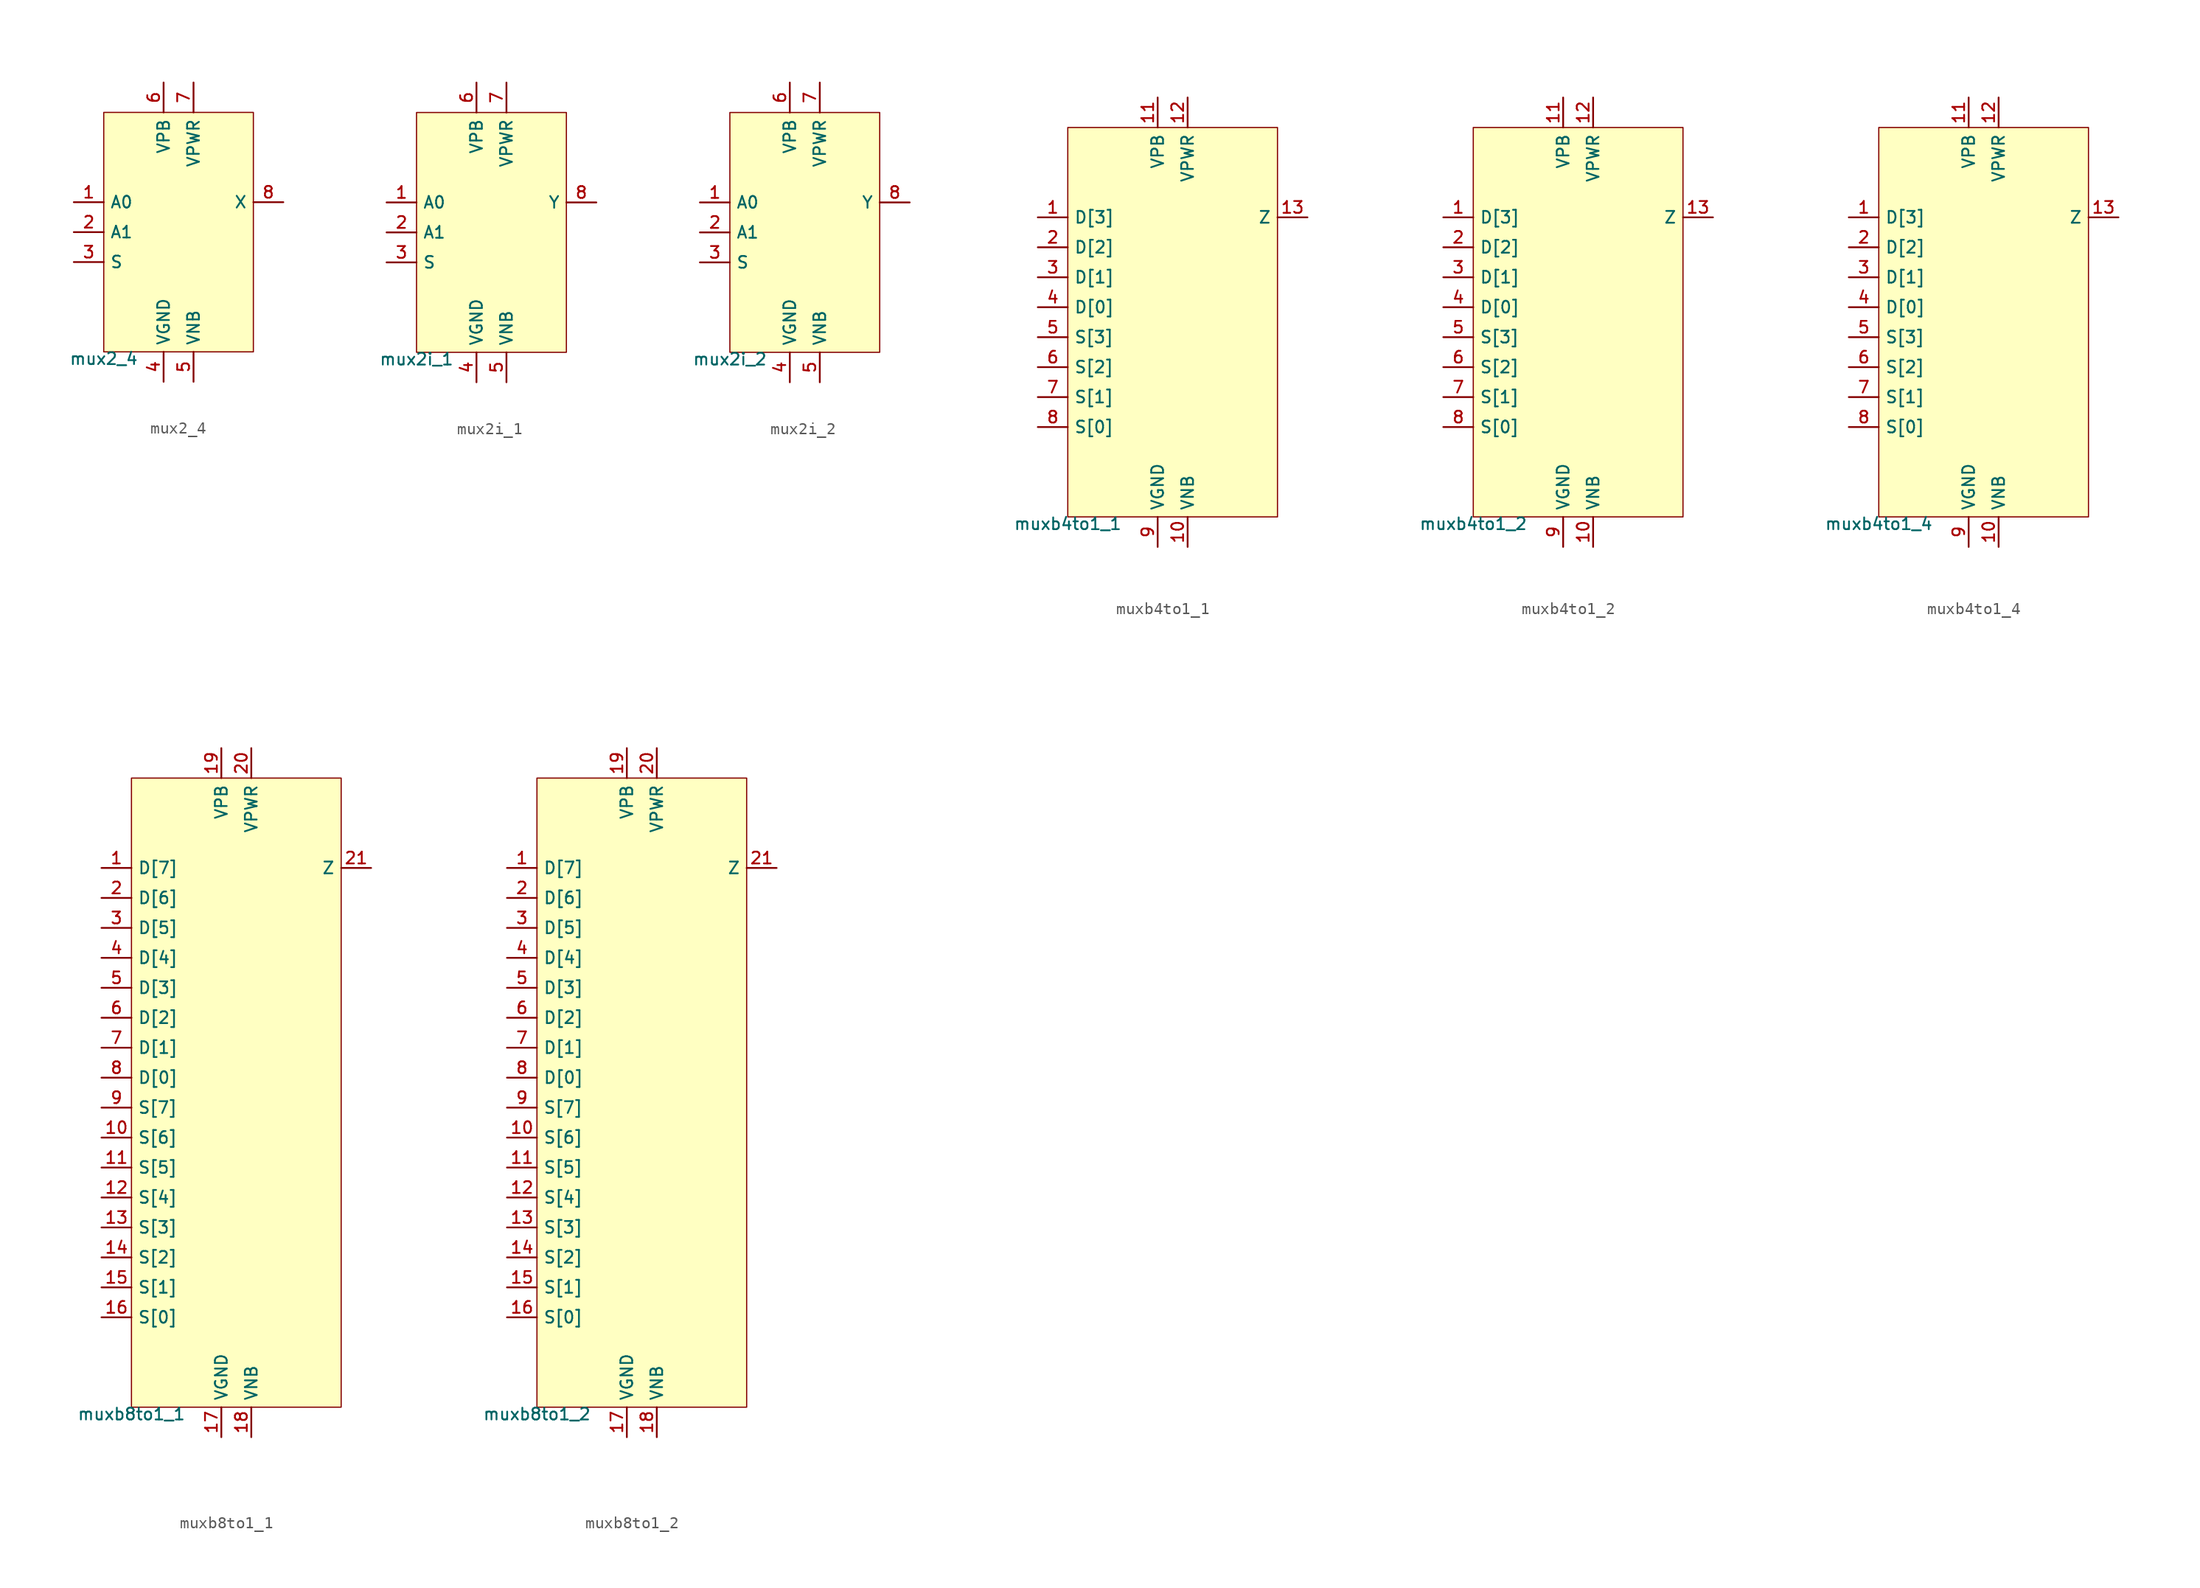
<source format=kicad_sym>
(kicad_symbol_lib
  (version 20211014)
  (generator pdk2kicad)
  (symbol "mux2_4"
    (property "Reference" "X"
      (at 0 0 0)
      (effects (font (size 1 1)) hide))
    (property "Value" "mux2_4"
      (at -6.35 -10.16 0)
      (effects (font (size 1 1)) (justify top)))
    (rectangle
      (start -6.35 -10.16)
      (end 6.35 10.16)
      (stroke (width 0.1) (type solid) (color 0 0 0 0))
      (fill (type background)))
    (pin input line
      (at -8.89 2.54 0)
      (length 2.54)
      (name "A0" (effects (font (size 1 1)) hide))
      (number "1" (effects (font (size 1 1)) hide)))
    (pin input line
      (at -8.89 0.0 0)
      (length 2.54)
      (name "A1" (effects (font (size 1 1)) hide))
      (number "2" (effects (font (size 1 1)) hide)))
    (pin input line
      (at -8.89 -2.54 0)
      (length 2.54)
      (name "S" (effects (font (size 1 1)) hide))
      (number "3" (effects (font (size 1 1)) hide)))
    (pin power_in line
      (at -1.27 -12.7 90)
      (length 2.54)
      (name "VGND" (effects (font (size 1 1)) hide))
      (number "4" (effects (font (size 1 1)) hide)))
    (pin power_in line
      (at 1.27 -12.7 90)
      (length 2.54)
      (name "VNB" (effects (font (size 1 1)) hide))
      (number "5" (effects (font (size 1 1)) hide)))
    (pin power_in line
      (at -1.27 12.7 270)
      (length 2.54)
      (name "VPB" (effects (font (size 1 1)) hide))
      (number "6" (effects (font (size 1 1)) hide)))
    (pin power_in line
      (at 1.27 12.7 270)
      (length 2.54)
      (name "VPWR" (effects (font (size 1 1)) hide))
      (number "7" (effects (font (size 1 1)) hide)))
    (pin output line
      (at 8.89 2.54 180)
      (length 2.54)
      (name "X" (effects (font (size 1 1)) hide))
      (number "8" (effects (font (size 1 1)) hide))))
  (symbol "mux2i_1"
    (property "Reference" "X"
      (at 0 0 0)
      (effects (font (size 1 1)) hide))
    (property "Value" "mux2i_1"
      (at -6.35 -10.16 0)
      (effects (font (size 1 1)) (justify top)))
    (rectangle
      (start -6.35 -10.16)
      (end 6.35 10.16)
      (stroke (width 0.1) (type solid) (color 0 0 0 0))
      (fill (type background)))
    (pin input line
      (at -8.89 2.54 0)
      (length 2.54)
      (name "A0" (effects (font (size 1 1)) hide))
      (number "1" (effects (font (size 1 1)) hide)))
    (pin input line
      (at -8.89 0.0 0)
      (length 2.54)
      (name "A1" (effects (font (size 1 1)) hide))
      (number "2" (effects (font (size 1 1)) hide)))
    (pin input line
      (at -8.89 -2.54 0)
      (length 2.54)
      (name "S" (effects (font (size 1 1)) hide))
      (number "3" (effects (font (size 1 1)) hide)))
    (pin power_in line
      (at -1.27 -12.7 90)
      (length 2.54)
      (name "VGND" (effects (font (size 1 1)) hide))
      (number "4" (effects (font (size 1 1)) hide)))
    (pin power_in line
      (at 1.27 -12.7 90)
      (length 2.54)
      (name "VNB" (effects (font (size 1 1)) hide))
      (number "5" (effects (font (size 1 1)) hide)))
    (pin power_in line
      (at -1.27 12.7 270)
      (length 2.54)
      (name "VPB" (effects (font (size 1 1)) hide))
      (number "6" (effects (font (size 1 1)) hide)))
    (pin power_in line
      (at 1.27 12.7 270)
      (length 2.54)
      (name "VPWR" (effects (font (size 1 1)) hide))
      (number "7" (effects (font (size 1 1)) hide)))
    (pin output line
      (at 8.89 2.54 180)
      (length 2.54)
      (name "Y" (effects (font (size 1 1)) hide))
      (number "8" (effects (font (size 1 1)) hide))))
  (symbol "mux2i_2"
    (property "Reference" "X"
      (at 0 0 0)
      (effects (font (size 1 1)) hide))
    (property "Value" "mux2i_2"
      (at -6.35 -10.16 0)
      (effects (font (size 1 1)) (justify top)))
    (rectangle
      (start -6.35 -10.16)
      (end 6.35 10.16)
      (stroke (width 0.1) (type solid) (color 0 0 0 0))
      (fill (type background)))
    (pin input line
      (at -8.89 2.54 0)
      (length 2.54)
      (name "A0" (effects (font (size 1 1)) hide))
      (number "1" (effects (font (size 1 1)) hide)))
    (pin input line
      (at -8.89 0.0 0)
      (length 2.54)
      (name "A1" (effects (font (size 1 1)) hide))
      (number "2" (effects (font (size 1 1)) hide)))
    (pin input line
      (at -8.89 -2.54 0)
      (length 2.54)
      (name "S" (effects (font (size 1 1)) hide))
      (number "3" (effects (font (size 1 1)) hide)))
    (pin power_in line
      (at -1.27 -12.7 90)
      (length 2.54)
      (name "VGND" (effects (font (size 1 1)) hide))
      (number "4" (effects (font (size 1 1)) hide)))
    (pin power_in line
      (at 1.27 -12.7 90)
      (length 2.54)
      (name "VNB" (effects (font (size 1 1)) hide))
      (number "5" (effects (font (size 1 1)) hide)))
    (pin power_in line
      (at -1.27 12.7 270)
      (length 2.54)
      (name "VPB" (effects (font (size 1 1)) hide))
      (number "6" (effects (font (size 1 1)) hide)))
    (pin power_in line
      (at 1.27 12.7 270)
      (length 2.54)
      (name "VPWR" (effects (font (size 1 1)) hide))
      (number "7" (effects (font (size 1 1)) hide)))
    (pin output line
      (at 8.89 2.54 180)
      (length 2.54)
      (name "Y" (effects (font (size 1 1)) hide))
      (number "8" (effects (font (size 1 1)) hide))))
  (symbol "muxb4to1_1"
    (property "Reference" "X"
      (at 0 0 0)
      (effects (font (size 1 1)) hide))
    (property "Value" "muxb4to1_1"
      (at -8.89 -16.51 0)
      (effects (font (size 1 1)) (justify top)))
    (rectangle
      (start -8.89 -16.51)
      (end 8.89 16.51)
      (stroke (width 0.1) (type solid) (color 0 0 0 0))
      (fill (type background)))
    (pin input line
      (at -11.43 8.89 0)
      (length 2.54)
      (name "D[3]" (effects (font (size 1 1)) hide))
      (number "1" (effects (font (size 1 1)) hide)))
    (pin input line
      (at -11.43 6.35 0)
      (length 2.54)
      (name "D[2]" (effects (font (size 1 1)) hide))
      (number "2" (effects (font (size 1 1)) hide)))
    (pin input line
      (at -11.43 3.81 0)
      (length 2.54)
      (name "D[1]" (effects (font (size 1 1)) hide))
      (number "3" (effects (font (size 1 1)) hide)))
    (pin input line
      (at -11.43 1.27 0)
      (length 2.54)
      (name "D[0]" (effects (font (size 1 1)) hide))
      (number "4" (effects (font (size 1 1)) hide)))
    (pin input line
      (at -11.43 -1.27 0)
      (length 2.54)
      (name "S[3]" (effects (font (size 1 1)) hide))
      (number "5" (effects (font (size 1 1)) hide)))
    (pin input line
      (at -11.43 -3.81 0)
      (length 2.54)
      (name "S[2]" (effects (font (size 1 1)) hide))
      (number "6" (effects (font (size 1 1)) hide)))
    (pin input line
      (at -11.43 -6.35 0)
      (length 2.54)
      (name "S[1]" (effects (font (size 1 1)) hide))
      (number "7" (effects (font (size 1 1)) hide)))
    (pin input line
      (at -11.43 -8.89 0)
      (length 2.54)
      (name "S[0]" (effects (font (size 1 1)) hide))
      (number "8" (effects (font (size 1 1)) hide)))
    (pin power_in line
      (at -1.27 -19.05 90)
      (length 2.54)
      (name "VGND" (effects (font (size 1 1)) hide))
      (number "9" (effects (font (size 1 1)) hide)))
    (pin power_in line
      (at 1.27 -19.05 90)
      (length 2.54)
      (name "VNB" (effects (font (size 1 1)) hide))
      (number "10" (effects (font (size 1 1)) hide)))
    (pin power_in line
      (at -1.27 19.05 270)
      (length 2.54)
      (name "VPB" (effects (font (size 1 1)) hide))
      (number "11" (effects (font (size 1 1)) hide)))
    (pin power_in line
      (at 1.27 19.05 270)
      (length 2.54)
      (name "VPWR" (effects (font (size 1 1)) hide))
      (number "12" (effects (font (size 1 1)) hide)))
    (pin output line
      (at 11.43 8.89 180)
      (length 2.54)
      (name "Z" (effects (font (size 1 1)) hide))
      (number "13" (effects (font (size 1 1)) hide))))
  (symbol "muxb4to1_2"
    (property "Reference" "X"
      (at 0 0 0)
      (effects (font (size 1 1)) hide))
    (property "Value" "muxb4to1_2"
      (at -8.89 -16.51 0)
      (effects (font (size 1 1)) (justify top)))
    (rectangle
      (start -8.89 -16.51)
      (end 8.89 16.51)
      (stroke (width 0.1) (type solid) (color 0 0 0 0))
      (fill (type background)))
    (pin input line
      (at -11.43 8.89 0)
      (length 2.54)
      (name "D[3]" (effects (font (size 1 1)) hide))
      (number "1" (effects (font (size 1 1)) hide)))
    (pin input line
      (at -11.43 6.35 0)
      (length 2.54)
      (name "D[2]" (effects (font (size 1 1)) hide))
      (number "2" (effects (font (size 1 1)) hide)))
    (pin input line
      (at -11.43 3.81 0)
      (length 2.54)
      (name "D[1]" (effects (font (size 1 1)) hide))
      (number "3" (effects (font (size 1 1)) hide)))
    (pin input line
      (at -11.43 1.27 0)
      (length 2.54)
      (name "D[0]" (effects (font (size 1 1)) hide))
      (number "4" (effects (font (size 1 1)) hide)))
    (pin input line
      (at -11.43 -1.27 0)
      (length 2.54)
      (name "S[3]" (effects (font (size 1 1)) hide))
      (number "5" (effects (font (size 1 1)) hide)))
    (pin input line
      (at -11.43 -3.81 0)
      (length 2.54)
      (name "S[2]" (effects (font (size 1 1)) hide))
      (number "6" (effects (font (size 1 1)) hide)))
    (pin input line
      (at -11.43 -6.35 0)
      (length 2.54)
      (name "S[1]" (effects (font (size 1 1)) hide))
      (number "7" (effects (font (size 1 1)) hide)))
    (pin input line
      (at -11.43 -8.89 0)
      (length 2.54)
      (name "S[0]" (effects (font (size 1 1)) hide))
      (number "8" (effects (font (size 1 1)) hide)))
    (pin power_in line
      (at -1.27 -19.05 90)
      (length 2.54)
      (name "VGND" (effects (font (size 1 1)) hide))
      (number "9" (effects (font (size 1 1)) hide)))
    (pin power_in line
      (at 1.27 -19.05 90)
      (length 2.54)
      (name "VNB" (effects (font (size 1 1)) hide))
      (number "10" (effects (font (size 1 1)) hide)))
    (pin power_in line
      (at -1.27 19.05 270)
      (length 2.54)
      (name "VPB" (effects (font (size 1 1)) hide))
      (number "11" (effects (font (size 1 1)) hide)))
    (pin power_in line
      (at 1.27 19.05 270)
      (length 2.54)
      (name "VPWR" (effects (font (size 1 1)) hide))
      (number "12" (effects (font (size 1 1)) hide)))
    (pin output line
      (at 11.43 8.89 180)
      (length 2.54)
      (name "Z" (effects (font (size 1 1)) hide))
      (number "13" (effects (font (size 1 1)) hide))))
  (symbol "muxb4to1_4"
    (property "Reference" "X"
      (at 0 0 0)
      (effects (font (size 1 1)) hide))
    (property "Value" "muxb4to1_4"
      (at -8.89 -16.51 0)
      (effects (font (size 1 1)) (justify top)))
    (rectangle
      (start -8.89 -16.51)
      (end 8.89 16.51)
      (stroke (width 0.1) (type solid) (color 0 0 0 0))
      (fill (type background)))
    (pin input line
      (at -11.43 8.89 0)
      (length 2.54)
      (name "D[3]" (effects (font (size 1 1)) hide))
      (number "1" (effects (font (size 1 1)) hide)))
    (pin input line
      (at -11.43 6.35 0)
      (length 2.54)
      (name "D[2]" (effects (font (size 1 1)) hide))
      (number "2" (effects (font (size 1 1)) hide)))
    (pin input line
      (at -11.43 3.81 0)
      (length 2.54)
      (name "D[1]" (effects (font (size 1 1)) hide))
      (number "3" (effects (font (size 1 1)) hide)))
    (pin input line
      (at -11.43 1.27 0)
      (length 2.54)
      (name "D[0]" (effects (font (size 1 1)) hide))
      (number "4" (effects (font (size 1 1)) hide)))
    (pin input line
      (at -11.43 -1.27 0)
      (length 2.54)
      (name "S[3]" (effects (font (size 1 1)) hide))
      (number "5" (effects (font (size 1 1)) hide)))
    (pin input line
      (at -11.43 -3.81 0)
      (length 2.54)
      (name "S[2]" (effects (font (size 1 1)) hide))
      (number "6" (effects (font (size 1 1)) hide)))
    (pin input line
      (at -11.43 -6.35 0)
      (length 2.54)
      (name "S[1]" (effects (font (size 1 1)) hide))
      (number "7" (effects (font (size 1 1)) hide)))
    (pin input line
      (at -11.43 -8.89 0)
      (length 2.54)
      (name "S[0]" (effects (font (size 1 1)) hide))
      (number "8" (effects (font (size 1 1)) hide)))
    (pin power_in line
      (at -1.27 -19.05 90)
      (length 2.54)
      (name "VGND" (effects (font (size 1 1)) hide))
      (number "9" (effects (font (size 1 1)) hide)))
    (pin power_in line
      (at 1.27 -19.05 90)
      (length 2.54)
      (name "VNB" (effects (font (size 1 1)) hide))
      (number "10" (effects (font (size 1 1)) hide)))
    (pin power_in line
      (at -1.27 19.05 270)
      (length 2.54)
      (name "VPB" (effects (font (size 1 1)) hide))
      (number "11" (effects (font (size 1 1)) hide)))
    (pin power_in line
      (at 1.27 19.05 270)
      (length 2.54)
      (name "VPWR" (effects (font (size 1 1)) hide))
      (number "12" (effects (font (size 1 1)) hide)))
    (pin output line
      (at 11.43 8.89 180)
      (length 2.54)
      (name "Z" (effects (font (size 1 1)) hide))
      (number "13" (effects (font (size 1 1)) hide))))
  (symbol "muxb8to1_1"
    (property "Reference" "X"
      (at 0 0 0)
      (effects (font (size 1 1)) hide))
    (property "Value" "muxb8to1_1"
      (at -8.89 -26.67 0)
      (effects (font (size 1 1)) (justify top)))
    (rectangle
      (start -8.89 -26.67)
      (end 8.89 26.67)
      (stroke (width 0.1) (type solid) (color 0 0 0 0))
      (fill (type background)))
    (pin input line
      (at -11.43 19.05 0)
      (length 2.54)
      (name "D[7]" (effects (font (size 1 1)) hide))
      (number "1" (effects (font (size 1 1)) hide)))
    (pin input line
      (at -11.43 16.51 0)
      (length 2.54)
      (name "D[6]" (effects (font (size 1 1)) hide))
      (number "2" (effects (font (size 1 1)) hide)))
    (pin input line
      (at -11.43 13.97 0)
      (length 2.54)
      (name "D[5]" (effects (font (size 1 1)) hide))
      (number "3" (effects (font (size 1 1)) hide)))
    (pin input line
      (at -11.43 11.43 0)
      (length 2.54)
      (name "D[4]" (effects (font (size 1 1)) hide))
      (number "4" (effects (font (size 1 1)) hide)))
    (pin input line
      (at -11.43 8.89 0)
      (length 2.54)
      (name "D[3]" (effects (font (size 1 1)) hide))
      (number "5" (effects (font (size 1 1)) hide)))
    (pin input line
      (at -11.43 6.35 0)
      (length 2.54)
      (name "D[2]" (effects (font (size 1 1)) hide))
      (number "6" (effects (font (size 1 1)) hide)))
    (pin input line
      (at -11.43 3.81 0)
      (length 2.54)
      (name "D[1]" (effects (font (size 1 1)) hide))
      (number "7" (effects (font (size 1 1)) hide)))
    (pin input line
      (at -11.43 1.27 0)
      (length 2.54)
      (name "D[0]" (effects (font (size 1 1)) hide))
      (number "8" (effects (font (size 1 1)) hide)))
    (pin input line
      (at -11.43 -1.27 0)
      (length 2.54)
      (name "S[7]" (effects (font (size 1 1)) hide))
      (number "9" (effects (font (size 1 1)) hide)))
    (pin input line
      (at -11.43 -3.81 0)
      (length 2.54)
      (name "S[6]" (effects (font (size 1 1)) hide))
      (number "10" (effects (font (size 1 1)) hide)))
    (pin input line
      (at -11.43 -6.35 0)
      (length 2.54)
      (name "S[5]" (effects (font (size 1 1)) hide))
      (number "11" (effects (font (size 1 1)) hide)))
    (pin input line
      (at -11.43 -8.89 0)
      (length 2.54)
      (name "S[4]" (effects (font (size 1 1)) hide))
      (number "12" (effects (font (size 1 1)) hide)))
    (pin input line
      (at -11.43 -11.43 0)
      (length 2.54)
      (name "S[3]" (effects (font (size 1 1)) hide))
      (number "13" (effects (font (size 1 1)) hide)))
    (pin input line
      (at -11.43 -13.97 0)
      (length 2.54)
      (name "S[2]" (effects (font (size 1 1)) hide))
      (number "14" (effects (font (size 1 1)) hide)))
    (pin input line
      (at -11.43 -16.51 0)
      (length 2.54)
      (name "S[1]" (effects (font (size 1 1)) hide))
      (number "15" (effects (font (size 1 1)) hide)))
    (pin input line
      (at -11.43 -19.05 0)
      (length 2.54)
      (name "S[0]" (effects (font (size 1 1)) hide))
      (number "16" (effects (font (size 1 1)) hide)))
    (pin power_in line
      (at -1.27 -29.21 90)
      (length 2.54)
      (name "VGND" (effects (font (size 1 1)) hide))
      (number "17" (effects (font (size 1 1)) hide)))
    (pin power_in line
      (at 1.27 -29.21 90)
      (length 2.54)
      (name "VNB" (effects (font (size 1 1)) hide))
      (number "18" (effects (font (size 1 1)) hide)))
    (pin power_in line
      (at -1.27 29.21 270)
      (length 2.54)
      (name "VPB" (effects (font (size 1 1)) hide))
      (number "19" (effects (font (size 1 1)) hide)))
    (pin power_in line
      (at 1.27 29.21 270)
      (length 2.54)
      (name "VPWR" (effects (font (size 1 1)) hide))
      (number "20" (effects (font (size 1 1)) hide)))
    (pin output line
      (at 11.43 19.05 180)
      (length 2.54)
      (name "Z" (effects (font (size 1 1)) hide))
      (number "21" (effects (font (size 1 1)) hide))))
  (symbol "muxb8to1_2"
    (property "Reference" "X"
      (at 0 0 0)
      (effects (font (size 1 1)) hide))
    (property "Value" "muxb8to1_2"
      (at -8.89 -26.67 0)
      (effects (font (size 1 1)) (justify top)))
    (rectangle
      (start -8.89 -26.67)
      (end 8.89 26.67)
      (stroke (width 0.1) (type solid) (color 0 0 0 0))
      (fill (type background)))
    (pin input line
      (at -11.43 19.05 0)
      (length 2.54)
      (name "D[7]" (effects (font (size 1 1)) hide))
      (number "1" (effects (font (size 1 1)) hide)))
    (pin input line
      (at -11.43 16.51 0)
      (length 2.54)
      (name "D[6]" (effects (font (size 1 1)) hide))
      (number "2" (effects (font (size 1 1)) hide)))
    (pin input line
      (at -11.43 13.97 0)
      (length 2.54)
      (name "D[5]" (effects (font (size 1 1)) hide))
      (number "3" (effects (font (size 1 1)) hide)))
    (pin input line
      (at -11.43 11.43 0)
      (length 2.54)
      (name "D[4]" (effects (font (size 1 1)) hide))
      (number "4" (effects (font (size 1 1)) hide)))
    (pin input line
      (at -11.43 8.89 0)
      (length 2.54)
      (name "D[3]" (effects (font (size 1 1)) hide))
      (number "5" (effects (font (size 1 1)) hide)))
    (pin input line
      (at -11.43 6.35 0)
      (length 2.54)
      (name "D[2]" (effects (font (size 1 1)) hide))
      (number "6" (effects (font (size 1 1)) hide)))
    (pin input line
      (at -11.43 3.81 0)
      (length 2.54)
      (name "D[1]" (effects (font (size 1 1)) hide))
      (number "7" (effects (font (size 1 1)) hide)))
    (pin input line
      (at -11.43 1.27 0)
      (length 2.54)
      (name "D[0]" (effects (font (size 1 1)) hide))
      (number "8" (effects (font (size 1 1)) hide)))
    (pin input line
      (at -11.43 -1.27 0)
      (length 2.54)
      (name "S[7]" (effects (font (size 1 1)) hide))
      (number "9" (effects (font (size 1 1)) hide)))
    (pin input line
      (at -11.43 -3.81 0)
      (length 2.54)
      (name "S[6]" (effects (font (size 1 1)) hide))
      (number "10" (effects (font (size 1 1)) hide)))
    (pin input line
      (at -11.43 -6.35 0)
      (length 2.54)
      (name "S[5]" (effects (font (size 1 1)) hide))
      (number "11" (effects (font (size 1 1)) hide)))
    (pin input line
      (at -11.43 -8.89 0)
      (length 2.54)
      (name "S[4]" (effects (font (size 1 1)) hide))
      (number "12" (effects (font (size 1 1)) hide)))
    (pin input line
      (at -11.43 -11.43 0)
      (length 2.54)
      (name "S[3]" (effects (font (size 1 1)) hide))
      (number "13" (effects (font (size 1 1)) hide)))
    (pin input line
      (at -11.43 -13.97 0)
      (length 2.54)
      (name "S[2]" (effects (font (size 1 1)) hide))
      (number "14" (effects (font (size 1 1)) hide)))
    (pin input line
      (at -11.43 -16.51 0)
      (length 2.54)
      (name "S[1]" (effects (font (size 1 1)) hide))
      (number "15" (effects (font (size 1 1)) hide)))
    (pin input line
      (at -11.43 -19.05 0)
      (length 2.54)
      (name "S[0]" (effects (font (size 1 1)) hide))
      (number "16" (effects (font (size 1 1)) hide)))
    (pin power_in line
      (at -1.27 -29.21 90)
      (length 2.54)
      (name "VGND" (effects (font (size 1 1)) hide))
      (number "17" (effects (font (size 1 1)) hide)))
    (pin power_in line
      (at 1.27 -29.21 90)
      (length 2.54)
      (name "VNB" (effects (font (size 1 1)) hide))
      (number "18" (effects (font (size 1 1)) hide)))
    (pin power_in line
      (at -1.27 29.21 270)
      (length 2.54)
      (name "VPB" (effects (font (size 1 1)) hide))
      (number "19" (effects (font (size 1 1)) hide)))
    (pin power_in line
      (at 1.27 29.21 270)
      (length 2.54)
      (name "VPWR" (effects (font (size 1 1)) hide))
      (number "20" (effects (font (size 1 1)) hide)))
    (pin output line
      (at 11.43 19.05 180)
      (length 2.54)
      (name "Z" (effects (font (size 1 1)) hide))
      (number "21" (effects (font (size 1 1)) hide)))))
</source>
